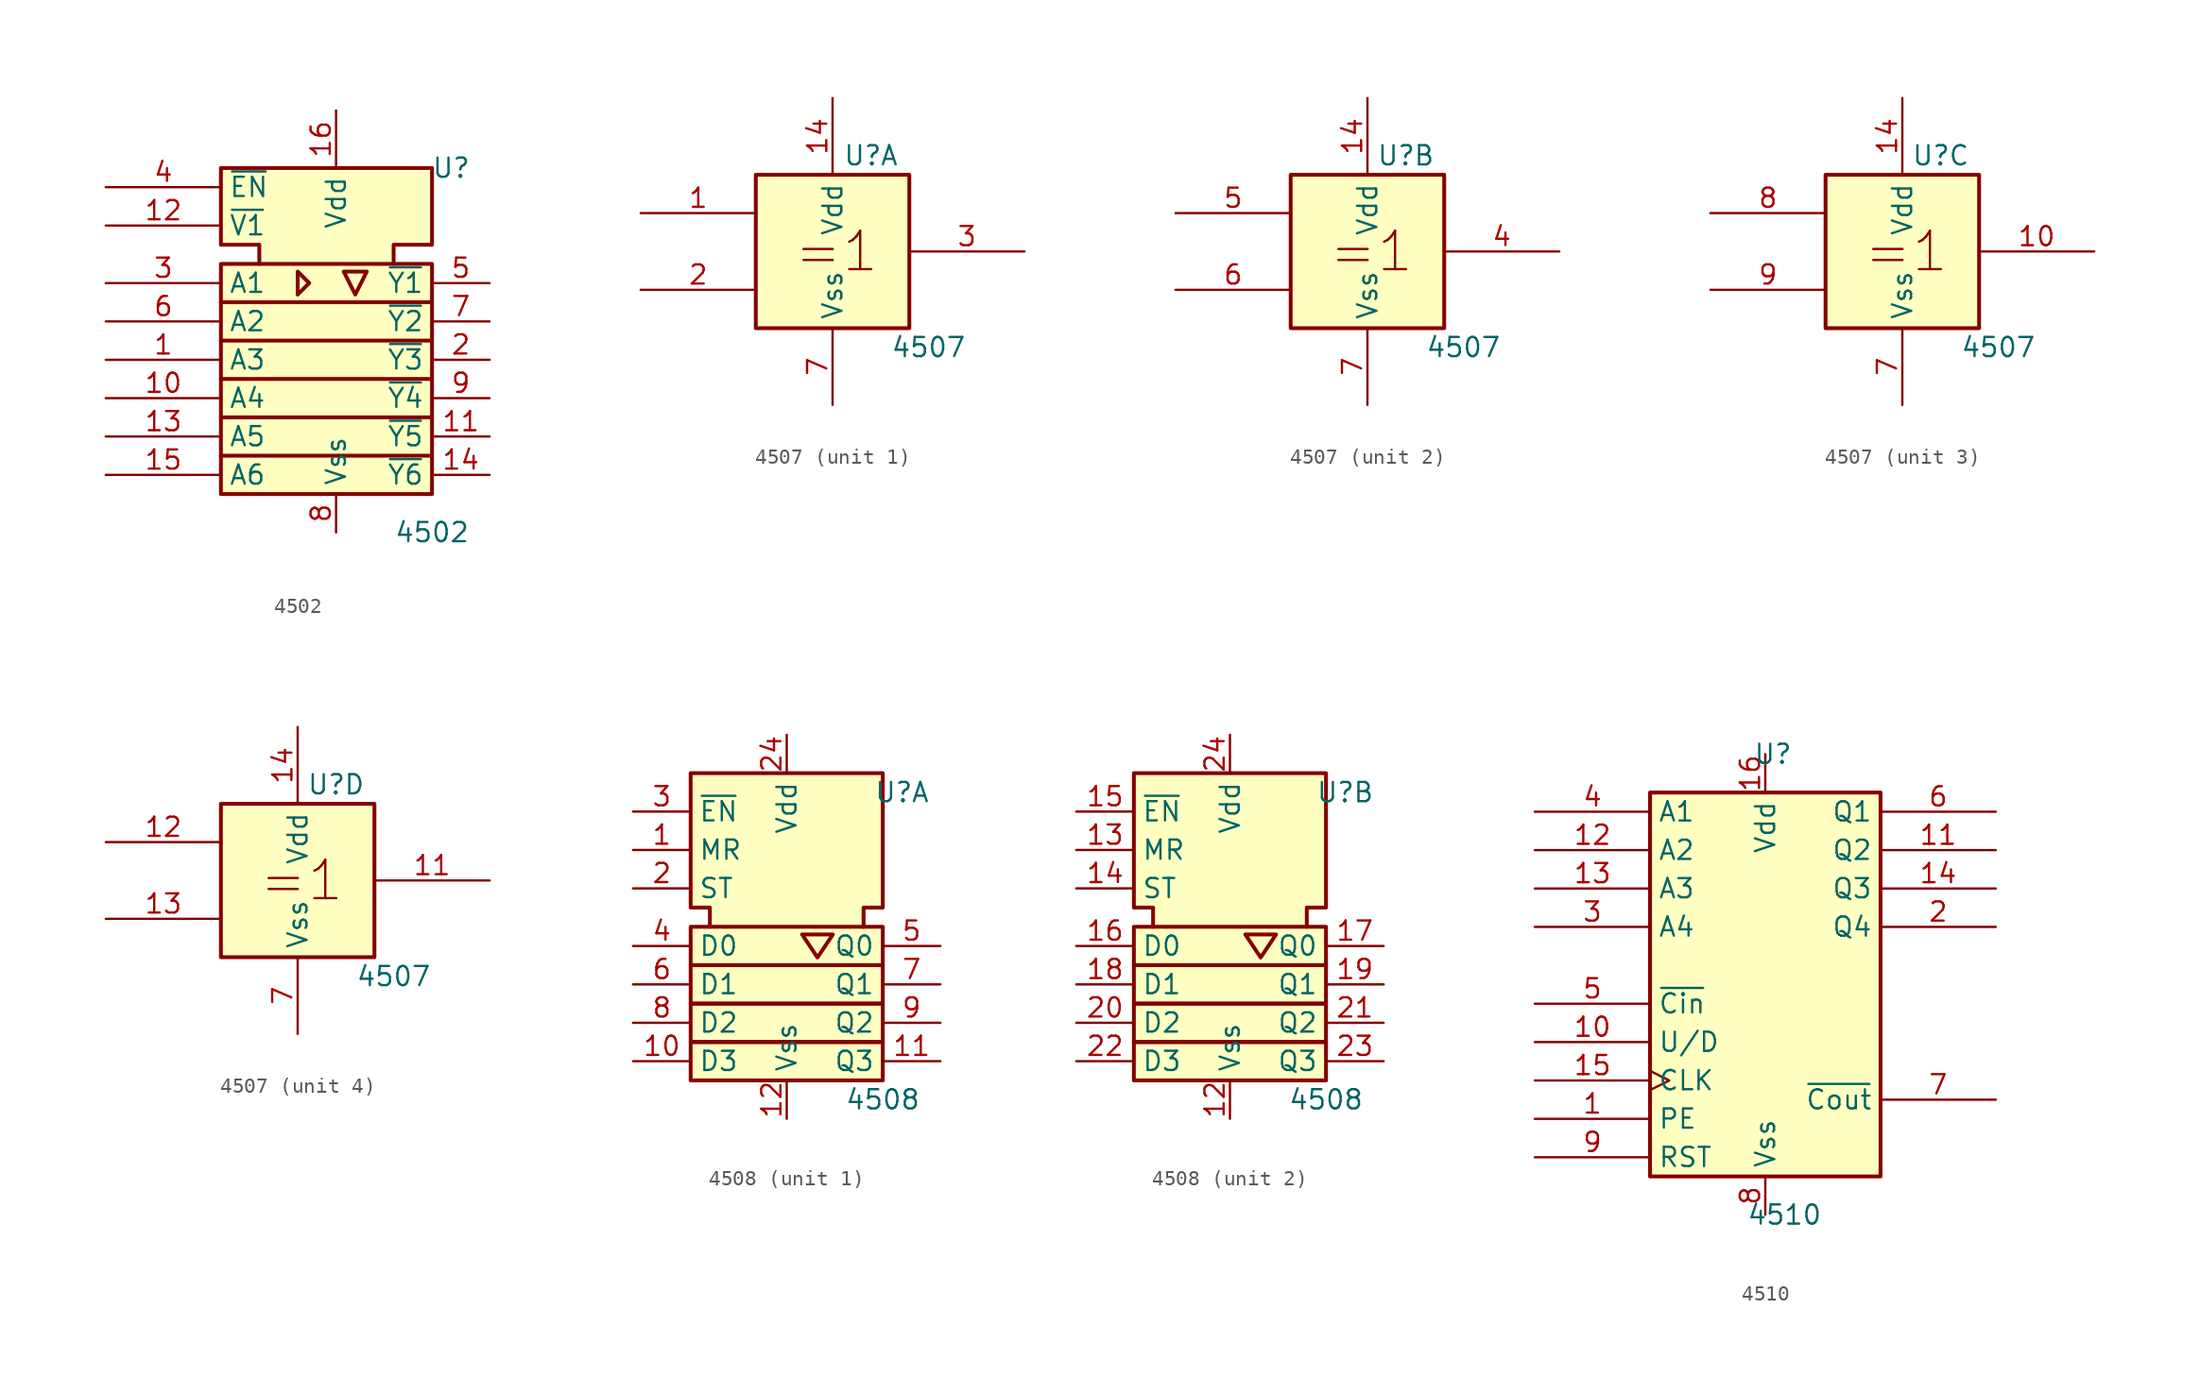
<source format=kicad_sym>
(kicad_symbol_lib
  (version 20241209)
  (generator "kicad_symbol_editor")
  (generator_version "9.0")
  (symbol "4502"
    (property "Reference" "U"
      (at 7.62 13.97 0)
      (effects (font (size 1.27 1.27))))
    (property "Value" "4502"
      (at 6.35 -10.16 0)
      (effects (font (size 1.27 1.27))))
    (symbol "4502_0_0"
      (polyline (pts (xy -7.62 13.97) (xy -7.62 8.89) (xy -5.08 8.89) (xy -5.08 7.62) (xy -7.62 7.62) (xy -7.62 -7.62) (xy 6.35 -7.62) (xy 6.35 7.62) (xy 3.81 7.62) (xy 3.81 8.89) (xy 6.35 8.89) (xy 6.35 13.97) (xy -7.62 13.97) (xy -7.62 13.97)) (stroke (width 0.254) (type default)) (fill (type background)))
      (polyline (pts (xy -7.62 5.08) (xy 6.35 5.08) (xy 6.35 5.08)) (stroke (width 0.254) (type default)) (fill (type background)))
      (polyline (pts (xy -7.62 0) (xy 6.35 0) (xy 6.35 0)) (stroke (width 0.254) (type default)) (fill (type background)))
      (polyline (pts (xy -7.62 -5.08) (xy 6.35 -5.08) (xy 6.35 -5.08)) (stroke (width 0.254) (type default)) (fill (type background)))
      (polyline (pts (xy -5.08 7.62) (xy 3.81 7.62) (xy 3.81 7.62)) (stroke (width 0.254) (type default)) (fill (type background)))
      (polyline (pts (xy -2.54 7.112) (xy -2.54 5.588) (xy -1.778 6.35) (xy -2.54 7.112) (xy -2.54 7.112)) (stroke (width 0.254) (type default)) (fill (type background)))
      (polyline (pts (xy 0.508 7.112) (xy 2.032 7.112) (xy 1.27 5.588) (xy 0.508 7.112) (xy 0.508 7.112)) (stroke (width 0.254) (type default)) (fill (type background)))
      (polyline (pts (xy 6.35 2.54) (xy -7.62 2.54) (xy -7.62 2.54)) (stroke (width 0.254) (type default)) (fill (type background)))
      (polyline (pts (xy 6.35 -2.54) (xy -7.62 -2.54) (xy -7.62 -2.54)) (stroke (width 0.254) (type default)) (fill (type background)))
      (pin power_in line (at 0 17.78 270) (length 3.81) (name "Vdd" (effects (font (size 1.27 1.27)))) (number "16" (effects (font (size 1.27 1.27)))))
      (pin power_in line (at 0 -10.16 90) (length 2.54) (name "Vss" (effects (font (size 1.27 1.27)))) (number "8" (effects (font (size 1.27 1.27))))))
    (symbol "4502_1_1"
      (pin input line (at -15.24 12.7 0) (length 7.62) (name "~{EN}" (effects (font (size 1.27 1.27)))) (number "4" (effects (font (size 1.27 1.27)))))
      (pin input line (at -15.24 10.16 0) (length 7.62) (name "~{V1}" (effects (font (size 1.27 1.27)))) (number "12" (effects (font (size 1.27 1.27)))))
      (pin input line (at -15.24 6.35 0) (length 7.62) (name "A1" (effects (font (size 1.27 1.27)))) (number "3" (effects (font (size 1.27 1.27)))))
      (pin input line (at -15.24 3.81 0) (length 7.62) (name "A2" (effects (font (size 1.27 1.27)))) (number "6" (effects (font (size 1.27 1.27)))))
      (pin input line (at -15.24 1.27 0) (length 7.62) (name "A3" (effects (font (size 1.27 1.27)))) (number "1" (effects (font (size 1.27 1.27)))))
      (pin input line (at -15.24 -1.27 0) (length 7.62) (name "A4" (effects (font (size 1.27 1.27)))) (number "10" (effects (font (size 1.27 1.27)))))
      (pin input line (at -15.24 -3.81 0) (length 7.62) (name "A5" (effects (font (size 1.27 1.27)))) (number "13" (effects (font (size 1.27 1.27)))))
      (pin input line (at -15.24 -6.35 0) (length 7.62) (name "A6" (effects (font (size 1.27 1.27)))) (number "15" (effects (font (size 1.27 1.27)))))
      (pin output line (at 10.16 6.35 180) (length 3.81) (name "~{Y1}" (effects (font (size 1.27 1.27)))) (number "5" (effects (font (size 1.27 1.27)))))
      (pin output line (at 10.16 3.81 180) (length 3.81) (name "~{Y2}" (effects (font (size 1.27 1.27)))) (number "7" (effects (font (size 1.27 1.27)))))
      (pin output line (at 10.16 1.27 180) (length 3.81) (name "~{Y3}" (effects (font (size 1.27 1.27)))) (number "2" (effects (font (size 1.27 1.27)))))
      (pin output line (at 10.16 -1.27 180) (length 3.81) (name "~{Y4}" (effects (font (size 1.27 1.27)))) (number "9" (effects (font (size 1.27 1.27)))))
      (pin output line (at 10.16 -3.81 180) (length 3.81) (name "~{Y5}" (effects (font (size 1.27 1.27)))) (number "11" (effects (font (size 1.27 1.27)))))
      (pin output line (at 10.16 -6.35 180) (length 3.81) (name "~{Y6}" (effects (font (size 1.27 1.27)))) (number "14" (effects (font (size 1.27 1.27)))))))
  (symbol "4507"
    (property "Reference" "U"
      (at 2.54 6.35 0)
      (effects (font (size 1.27 1.27))))
    (property "Value" "4507"
      (at 6.35 -6.35 0)
      (effects (font (size 1.27 1.27))))
    (symbol "4507_0_0"
      (rectangle (start -5.08 5.08) (end 5.08 -5.08) (stroke (width 0.254) (type default)) (fill (type background)))
      (text "=1" (at 0.254 0 0) (effects (font (size 2.54 2.54))))
      (pin power_in line (at 0 10.16 270) (length 5.08) (name "Vdd" (effects (font (size 1.27 1.27)))) (number "14" (effects (font (size 1.27 1.27)))))
      (pin power_in line (at 0 -10.16 90) (length 5.08) (name "Vss" (effects (font (size 1.27 1.27)))) (number "7" (effects (font (size 1.27 1.27))))))
    (symbol "4507_1_1"
      (pin input line (at -12.7 2.54 0) (length 7.62) (name "~" (effects (font (size 1.27 1.27)))) (number "1" (effects (font (size 1.27 1.27)))))
      (pin input line (at -12.7 -2.54 0) (length 7.62) (name "~" (effects (font (size 1.27 1.27)))) (number "2" (effects (font (size 1.27 1.27)))))
      (pin output line (at 12.7 0 180) (length 7.62) (name "~" (effects (font (size 1.27 1.27)))) (number "3" (effects (font (size 1.27 1.27))))))
    (symbol "4507_2_1"
      (pin input line (at -12.7 2.54 0) (length 7.62) (name "~" (effects (font (size 1.27 1.27)))) (number "5" (effects (font (size 1.27 1.27)))))
      (pin input line (at -12.7 -2.54 0) (length 7.62) (name "~" (effects (font (size 1.27 1.27)))) (number "6" (effects (font (size 1.27 1.27)))))
      (pin output line (at 12.7 0 180) (length 7.62) (name "~" (effects (font (size 1.27 1.27)))) (number "4" (effects (font (size 1.27 1.27))))))
    (symbol "4507_3_1"
      (pin input line (at -12.7 2.54 0) (length 7.62) (name "~" (effects (font (size 1.27 1.27)))) (number "8" (effects (font (size 1.27 1.27)))))
      (pin input line (at -12.7 -2.54 0) (length 7.62) (name "~" (effects (font (size 1.27 1.27)))) (number "9" (effects (font (size 1.27 1.27)))))
      (pin output line (at 12.7 0 180) (length 7.62) (name "~" (effects (font (size 1.27 1.27)))) (number "10" (effects (font (size 1.27 1.27))))))
    (symbol "4507_4_1"
      (pin input line (at -12.7 2.54 0) (length 7.62) (name "~" (effects (font (size 1.27 1.27)))) (number "12" (effects (font (size 1.27 1.27)))))
      (pin input line (at -12.7 -2.54 0) (length 7.62) (name "~" (effects (font (size 1.27 1.27)))) (number "13" (effects (font (size 1.27 1.27)))))
      (pin output line (at 12.7 0 180) (length 7.62) (name "~" (effects (font (size 1.27 1.27)))) (number "11" (effects (font (size 1.27 1.27)))))))
  (symbol "4508"
    (property "Reference" "U"
      (at 7.62 8.89 0)
      (effects (font (size 1.27 1.27))))
    (property "Value" "4508"
      (at 6.35 -11.43 0)
      (effects (font (size 1.27 1.27))))
    (symbol "4508_0_1"
      (rectangle (start -6.35 0) (end 6.35 -2.54) (stroke (width 0.254) (type default)) (fill (type background)))
      (rectangle (start -6.35 -2.54) (end 6.35 -5.08) (stroke (width 0.254) (type default)) (fill (type background)))
      (rectangle (start -6.35 -5.08) (end 6.35 -7.62) (stroke (width 0.254) (type default)) (fill (type background)))
      (rectangle (start -6.35 -7.62) (end 6.35 -10.16) (stroke (width 0.254) (type default)) (fill (type background)))
      (polyline (pts (xy -5.08 0) (xy -5.08 1.27) (xy -6.35 1.27) (xy -6.35 10.16) (xy 6.35 10.16) (xy 6.35 1.27) (xy 5.08 1.27) (xy 5.08 0) (xy 5.08 0)) (stroke (width 0.254) (type default)) (fill (type background)))
      (polyline (pts (xy 1.016 -0.508) (xy 2.032 -2.032) (xy 3.048 -0.508) (xy 1.016 -0.508) (xy 1.016 -0.508)) (stroke (width 0.254) (type default)) (fill (type background)))
      (pin power_in line (at 0 12.7 270) (length 2.54) (name "Vdd" (effects (font (size 1.27 1.27)))) (number "24" (effects (font (size 1.27 1.27)))))
      (pin power_in line (at 0 -12.7 90) (length 2.54) (name "Vss" (effects (font (size 1.27 1.27)))) (number "12" (effects (font (size 1.27 1.27))))))
    (symbol "4508_1_1"
      (pin input line (at -10.16 7.62 0) (length 3.81) (name "~{EN}" (effects (font (size 1.27 1.27)))) (number "3" (effects (font (size 1.27 1.27)))))
      (pin input line (at -10.16 5.08 0) (length 3.81) (name "MR" (effects (font (size 1.27 1.27)))) (number "1" (effects (font (size 1.27 1.27)))))
      (pin input line (at -10.16 2.54 0) (length 3.81) (name "ST" (effects (font (size 1.27 1.27)))) (number "2" (effects (font (size 1.27 1.27)))))
      (pin input line (at -10.16 -1.27 0) (length 3.81) (name "D0" (effects (font (size 1.27 1.27)))) (number "4" (effects (font (size 1.27 1.27)))))
      (pin input line (at -10.16 -3.81 0) (length 3.81) (name "D1" (effects (font (size 1.27 1.27)))) (number "6" (effects (font (size 1.27 1.27)))))
      (pin input line (at -10.16 -6.35 0) (length 3.81) (name "D2" (effects (font (size 1.27 1.27)))) (number "8" (effects (font (size 1.27 1.27)))))
      (pin input line (at -10.16 -8.89 0) (length 3.81) (name "D3" (effects (font (size 1.27 1.27)))) (number "10" (effects (font (size 1.27 1.27)))))
      (pin output line (at 10.16 -1.27 180) (length 3.81) (name "Q0" (effects (font (size 1.27 1.27)))) (number "5" (effects (font (size 1.27 1.27)))))
      (pin output line (at 10.16 -3.81 180) (length 3.81) (name "Q1" (effects (font (size 1.27 1.27)))) (number "7" (effects (font (size 1.27 1.27)))))
      (pin output line (at 10.16 -6.35 180) (length 3.81) (name "Q2" (effects (font (size 1.27 1.27)))) (number "9" (effects (font (size 1.27 1.27)))))
      (pin output line (at 10.16 -8.89 180) (length 3.81) (name "Q3" (effects (font (size 1.27 1.27)))) (number "11" (effects (font (size 1.27 1.27))))))
    (symbol "4508_2_1"
      (pin input line (at -10.16 7.62 0) (length 3.81) (name "~{EN}" (effects (font (size 1.27 1.27)))) (number "15" (effects (font (size 1.27 1.27)))))
      (pin input line (at -10.16 5.08 0) (length 3.81) (name "MR" (effects (font (size 1.27 1.27)))) (number "13" (effects (font (size 1.27 1.27)))))
      (pin input line (at -10.16 2.54 0) (length 3.81) (name "ST" (effects (font (size 1.27 1.27)))) (number "14" (effects (font (size 1.27 1.27)))))
      (pin input line (at -10.16 -1.27 0) (length 3.81) (name "D0" (effects (font (size 1.27 1.27)))) (number "16" (effects (font (size 1.27 1.27)))))
      (pin input line (at -10.16 -3.81 0) (length 3.81) (name "D1" (effects (font (size 1.27 1.27)))) (number "18" (effects (font (size 1.27 1.27)))))
      (pin input line (at -10.16 -6.35 0) (length 3.81) (name "D2" (effects (font (size 1.27 1.27)))) (number "20" (effects (font (size 1.27 1.27)))))
      (pin input line (at -10.16 -8.89 0) (length 3.81) (name "D3" (effects (font (size 1.27 1.27)))) (number "22" (effects (font (size 1.27 1.27)))))
      (pin output line (at 10.16 -1.27 180) (length 3.81) (name "Q0" (effects (font (size 1.27 1.27)))) (number "17" (effects (font (size 1.27 1.27)))))
      (pin output line (at 10.16 -3.81 180) (length 3.81) (name "Q1" (effects (font (size 1.27 1.27)))) (number "19" (effects (font (size 1.27 1.27)))))
      (pin output line (at 10.16 -6.35 180) (length 3.81) (name "Q2" (effects (font (size 1.27 1.27)))) (number "21" (effects (font (size 1.27 1.27)))))
      (pin output line (at 10.16 -8.89 180) (length 3.81) (name "Q3" (effects (font (size 1.27 1.27)))) (number "23" (effects (font (size 1.27 1.27)))))))
  (symbol "4510"
    (property "Reference" "U"
      (at 0.508 15.24 0)
      (effects (font (size 1.27 1.27))))
    (property "Value" "4510"
      (at 1.27 -15.24 0)
      (effects (font (size 1.27 1.27))))
    (symbol "4510_0_1"
      (rectangle (start -7.62 12.7) (end 7.62 -12.7) (stroke (width 0.254) (type default)) (fill (type background))))
    (symbol "4510_1_1"
      (pin input line (at -15.24 11.43 0) (length 7.62) (name "A1" (effects (font (size 1.27 1.27)))) (number "4" (effects (font (size 1.27 1.27)))))
      (pin input line (at -15.24 8.89 0) (length 7.62) (name "A2" (effects (font (size 1.27 1.27)))) (number "12" (effects (font (size 1.27 1.27)))))
      (pin input line (at -15.24 6.35 0) (length 7.62) (name "A3" (effects (font (size 1.27 1.27)))) (number "13" (effects (font (size 1.27 1.27)))))
      (pin input line (at -15.24 3.81 0) (length 7.62) (name "A4" (effects (font (size 1.27 1.27)))) (number "3" (effects (font (size 1.27 1.27)))))
      (pin input line (at -15.24 -1.27 0) (length 7.62) (name "~{Cin}" (effects (font (size 1.27 1.27)))) (number "5" (effects (font (size 1.27 1.27)))))
      (pin input line (at -15.24 -3.81 0) (length 7.62) (name "U/D" (effects (font (size 1.27 1.27)))) (number "10" (effects (font (size 1.27 1.27)))))
      (pin input clock (at -15.24 -6.35 0) (length 7.62) (name "CLK" (effects (font (size 1.27 1.27)))) (number "15" (effects (font (size 1.27 1.27)))))
      (pin input line (at -15.24 -8.89 0) (length 7.62) (name "PE" (effects (font (size 1.27 1.27)))) (number "1" (effects (font (size 1.27 1.27)))))
      (pin input line (at -15.24 -11.43 0) (length 7.62) (name "RST" (effects (font (size 1.27 1.27)))) (number "9" (effects (font (size 1.27 1.27)))))
      (pin power_in line (at 0 15.24 270) (length 2.54) (name "Vdd" (effects (font (size 1.27 1.27)))) (number "16" (effects (font (size 1.27 1.27)))))
      (pin power_in line (at 0 -15.24 90) (length 2.54) (name "Vss" (effects (font (size 1.27 1.27)))) (number "8" (effects (font (size 1.27 1.27)))))
      (pin output line (at 15.24 11.43 180) (length 7.62) (name "Q1" (effects (font (size 1.27 1.27)))) (number "6" (effects (font (size 1.27 1.27)))))
      (pin output line (at 15.24 8.89 180) (length 7.62) (name "Q2" (effects (font (size 1.27 1.27)))) (number "11" (effects (font (size 1.27 1.27)))))
      (pin output line (at 15.24 6.35 180) (length 7.62) (name "Q3" (effects (font (size 1.27 1.27)))) (number "14" (effects (font (size 1.27 1.27)))))
      (pin output line (at 15.24 3.81 180) (length 7.62) (name "Q4" (effects (font (size 1.27 1.27)))) (number "2" (effects (font (size 1.27 1.27)))))
      (pin output line (at 15.24 -7.62 180) (length 7.62) (name "~{Cout}" (effects (font (size 1.27 1.27)))) (number "7" (effects (font (size 1.27 1.27))))))))
</source>
